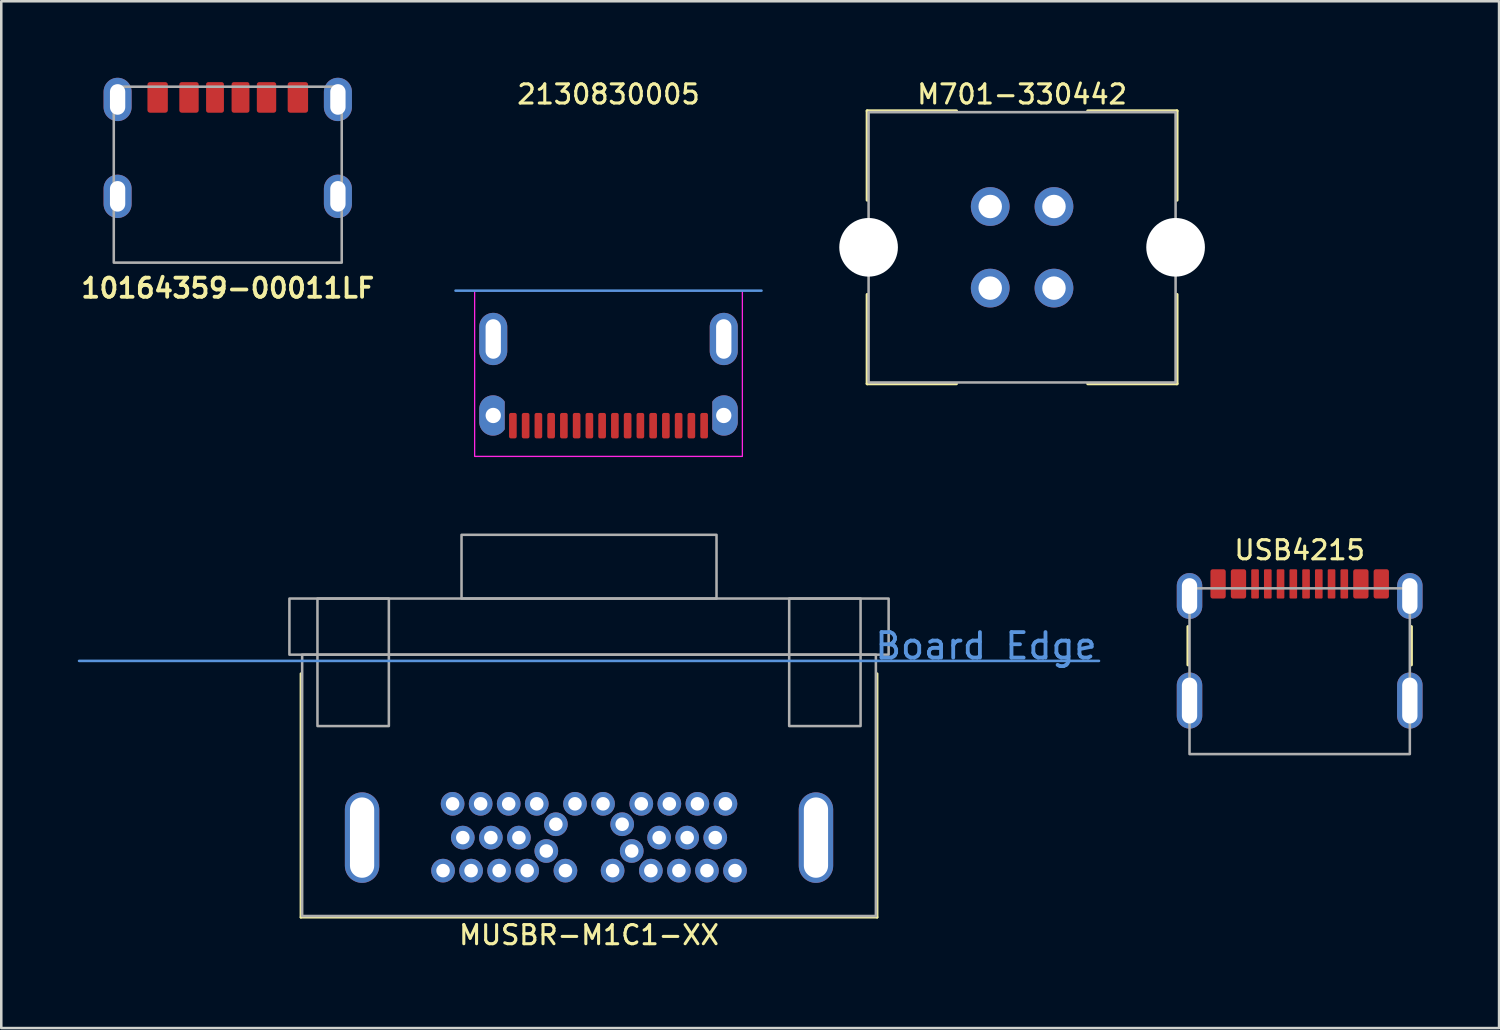
<source format=kicad_pcb>
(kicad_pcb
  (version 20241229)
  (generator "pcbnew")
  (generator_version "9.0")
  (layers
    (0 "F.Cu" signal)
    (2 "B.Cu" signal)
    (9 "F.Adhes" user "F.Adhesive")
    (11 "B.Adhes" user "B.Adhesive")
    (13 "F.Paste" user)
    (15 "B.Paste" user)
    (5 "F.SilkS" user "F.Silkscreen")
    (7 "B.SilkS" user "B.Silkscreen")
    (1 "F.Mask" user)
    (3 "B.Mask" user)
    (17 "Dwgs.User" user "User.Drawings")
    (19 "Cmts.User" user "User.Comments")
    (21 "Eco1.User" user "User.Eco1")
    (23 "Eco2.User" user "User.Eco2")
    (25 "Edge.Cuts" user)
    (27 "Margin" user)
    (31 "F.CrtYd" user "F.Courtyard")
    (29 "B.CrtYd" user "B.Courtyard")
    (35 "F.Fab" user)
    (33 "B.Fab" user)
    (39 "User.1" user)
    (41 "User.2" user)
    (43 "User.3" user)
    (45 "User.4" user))
  (footprint "USB4215"
    (layer "F.Cu")
    (at 47.92 26.524)
    (property "Reference" "USB4215" (at 0 -8 0) (unlocked yes) (layer "F.SilkS") (effects (font (size 0.75 0.75) (thickness 0.12))))
    (attr smd)
    (fp_line (start -4.38 -5) (end -4.38 -3.5) (stroke (width 0.12) (type solid)) (layer "F.SilkS"))
    (fp_line (start 4.38 -5) (end 4.38 -3.5) (stroke (width 0.12) (type solid)) (layer "F.SilkS"))
    (fp_rect (start -4.32 -6.5) (end 4.32 0) (stroke (width 0.1) (type solid)) (fill no) (layer "F.Fab"))
    (pad "A1" smd roundrect (at -3.2 -6.675) (size 0.6 1.15) (layers "F.Cu" "F.Mask" "F.Paste") (roundrect_rratio 0.15))
    (pad "A4" smd roundrect (at -2.4 -6.675) (size 0.6 1.15) (layers "F.Cu" "F.Mask" "F.Paste") (roundrect_rratio 0.15))
    (pad "A5" smd roundrect (at -1.25 -6.675) (size 0.3 1.15) (layers "F.Cu" "F.Mask" "F.Paste") (roundrect_rratio 0.15))
    (pad "A6" smd roundrect (at -0.25 -6.675) (size 0.3 1.15) (layers "F.Cu" "F.Mask" "F.Paste") (roundrect_rratio 0.15))
    (pad "A7" smd roundrect (at 0.25 -6.675) (size 0.3 1.15) (layers "F.Cu" "F.Mask" "F.Paste") (roundrect_rratio 0.15))
    (pad "A8" smd roundrect (at 1.25 -6.675) (size 0.3 1.15) (layers "F.Cu" "F.Mask" "F.Paste") (roundrect_rratio 0.15))
    (pad "A9" smd roundrect (at 2.4 -6.675) (size 0.6 1.15) (layers "F.Cu" "F.Mask" "F.Paste") (roundrect_rratio 0.15))
    (pad "A12" smd roundrect (at 3.2 -6.675) (size 0.6 1.15) (layers "F.Cu" "F.Mask" "F.Paste") (roundrect_rratio 0.15))
    (pad "B5" smd roundrect (at 1.75 -6.675) (size 0.3 1.15) (layers "F.Cu" "F.Mask" "F.Paste") (roundrect_rratio 0.15))
    (pad "B6" smd roundrect (at 0.75 -6.675) (size 0.3 1.15) (layers "F.Cu" "F.Mask" "F.Paste") (roundrect_rratio 0.15))
    (pad "B7" smd roundrect (at -0.75 -6.675) (size 0.3 1.15) (layers "F.Cu" "F.Mask" "F.Paste") (roundrect_rratio 0.15))
    (pad "B8" smd roundrect (at -1.75 -6.675) (size 0.3 1.15) (layers "F.Cu" "F.Mask" "F.Paste") (roundrect_rratio 0.15))
    (pad "S1" thru_hole oval (at -4.32 -2.1) (size 1 2.2) (drill oval 0.6 1.8) (layers "*.Cu" "*.Mask"))
    (pad "S2" thru_hole oval (at 4.32 -2.1) (size 1 2.2) (drill oval 0.6 1.8) (layers "*.Cu" "*.Mask"))
    (pad "S3" thru_hole oval (at 4.32 -6.2) (size 1 1.8) (drill oval 0.6 1.4) (layers "*.Cu" "*.Mask"))
    (pad "S4" thru_hole oval (at -4.32 -6.2) (size 1 1.8) (drill oval 0.6 1.4) (layers "*.Cu" "*.Mask")))
  (footprint "M701-330442"
    (layer "F.Cu")
    (at 37.034 6.649)
    (property "Reference" "M701-330442" (at 0 -6 0) (unlocked yes) (layer "F.SilkS") (effects (font (size 0.75 0.75) (thickness 0.12))))
    (attr smd)
    (fp_line (start -6.075 -5.35) (end -6.075 -1.85) (stroke (width 0.12) (type solid)) (layer "F.SilkS"))
    (fp_line (start -6.075 -5.35) (end -2.575 -5.35) (stroke (width 0.12) (type solid)) (layer "F.SilkS"))
    (fp_line (start -6.075 5.35) (end -6.075 1.85) (stroke (width 0.12) (type solid)) (layer "F.SilkS"))
    (fp_line (start -6.075 5.35) (end -2.575 5.35) (stroke (width 0.12) (type solid)) (layer "F.SilkS"))
    (fp_line (start 6.075 -5.35) (end 2.575 -5.35) (stroke (width 0.12) (type solid)) (layer "F.SilkS"))
    (fp_line (start 6.075 -5.35) (end 6.075 -1.85) (stroke (width 0.12) (type solid)) (layer "F.SilkS"))
    (fp_line (start 6.075 5.35) (end 2.575 5.35) (stroke (width 0.12) (type solid)) (layer "F.SilkS"))
    (fp_line (start 6.075 5.35) (end 6.075 1.85) (stroke (width 0.12) (type solid)) (layer "F.SilkS"))
    (fp_rect (start -6.02 -5.3) (end 6.02 5.3) (stroke (width 0.1) (type solid)) (fill no) (layer "F.Fab"))
    (pad "" np_thru_hole circle (at -6.02 0) (size 2.3 2.3) (drill 2.3) (layers "*.Cu" "*.Mask"))
    (pad "" np_thru_hole circle (at 6.02 0) (size 2.3 2.3) (drill 2.3) (layers "*.Cu" "*.Mask"))
    (pad "1" thru_hole circle (at 1.25 -1.6) (size 1.52 1.52) (drill 0.92) (layers "*.Cu" "*.Mask"))
    (pad "2" thru_hole circle (at -1.25 -1.6) (size 1.52 1.52) (drill 0.92) (layers "*.Cu" "*.Mask"))
    (pad "3" thru_hole circle (at -1.25 1.6) (size 1.52 1.52) (drill 0.92) (layers "*.Cu" "*.Mask"))
    (pad "4" thru_hole circle (at 1.25 1.6) (size 1.52 1.52) (drill 0.92) (layers "*.Cu" "*.Mask")))
  (footprint "MUSBR-M1C1-XX"
    (layer "F.Cu")
    (at 20.05 22.869)
    (property "Reference" "MUSBR-M1C1-XX" (at 0 10.75 0) (unlocked yes) (layer "F.SilkS") (effects (font (size 0.75 0.75) (thickness 0.12))))
    (attr through_hole)
    (fp_line (start -11.3 0.5) (end -11.3 10.055) (stroke (width 0.1) (type default)) (layer "F.SilkS"))
    (fp_line (start -11.3 10.055) (end 11.3 10.055) (stroke (width 0.1) (type default)) (layer "F.SilkS"))
    (fp_line (start 11.3 0.5) (end 11.3 10.055) (stroke (width 0.1) (type default)) (layer "F.SilkS"))
    (fp_line (start 20 0) (end -20 0) (stroke (width 0.1) (type default)) (layer "Cmts.User"))
    (fp_rect (start -11.75 -2.445) (end 11.75 -0.245) (stroke (width 0.1) (type default)) (fill no) (layer "F.Fab"))
    (fp_rect (start -11.25 -0.245) (end 11.25 10.005) (stroke (width 0.1) (type default)) (fill no) (layer "F.Fab"))
    (fp_rect (start -10.65 -2.445) (end -7.85 2.555) (stroke (width 0.1) (type default)) (fill no) (layer "F.Fab"))
    (fp_rect (start -5 -4.945) (end 5 -2.445) (stroke (width 0.1) (type default)) (fill no) (layer "F.Fab"))
    (fp_rect (start 7.85 -2.445) (end 10.65 2.555) (stroke (width 0.1) (type default)) (fill no) (layer "F.Fab"))
    (fp_text user "Board Edge" (at 20 0 0) (unlocked yes) (layer "Cmts.User") (effects (font (size 1 1) (thickness 0.15)) (justify right bottom)))
    (pad "A1" thru_hole circle (at 5.725 8.225 180) (size 0.93 0.93) (drill 0.53) (layers "*.Cu" "*.Mask"))
    (pad "A2" thru_hole circle (at 4.625 8.225 180) (size 0.93 0.93) (drill 0.53) (layers "*.Cu" "*.Mask"))
    (pad "A3" thru_hole circle (at 3.525 8.225 180) (size 0.93 0.93) (drill 0.53) (layers "*.Cu" "*.Mask"))
    (pad "A4" thru_hole circle (at 2.425 8.225 180) (size 0.93 0.93) (drill 0.53) (layers "*.Cu" "*.Mask"))
    (pad "A5" thru_hole circle (at 1.675 7.455 180) (size 0.93 0.93) (drill 0.53) (layers "*.Cu" "*.Mask"))
    (pad "A6" thru_hole circle (at 0.925 8.225 180) (size 0.93 0.93) (drill 0.53) (layers "*.Cu" "*.Mask"))
    (pad "A7" thru_hole circle (at -0.925 8.225 180) (size 0.93 0.93) (drill 0.53) (layers "*.Cu" "*.Mask"))
    (pad "A8" thru_hole circle (at -1.675 7.455 180) (size 0.93 0.93) (drill 0.53) (layers "*.Cu" "*.Mask"))
    (pad "A9" thru_hole circle (at -2.425 8.225 180) (size 0.93 0.93) (drill 0.53) (layers "*.Cu" "*.Mask"))
    (pad "A10" thru_hole circle (at -3.525 8.225 180) (size 0.93 0.93) (drill 0.53) (layers "*.Cu" "*.Mask"))
    (pad "A11" thru_hole circle (at -4.625 8.225 180) (size 0.93 0.93) (drill 0.53) (layers "*.Cu" "*.Mask"))
    (pad "A12" thru_hole circle (at -5.725 8.225 180) (size 0.93 0.93) (drill 0.53) (layers "*.Cu" "*.Mask"))
    (pad "B1" thru_hole circle (at -5.35 5.605 180) (size 0.93 0.93) (drill 0.53) (layers "*.Cu" "*.Mask"))
    (pad "B2" thru_hole circle (at -4.25 5.605 180) (size 0.93 0.93) (drill 0.53) (layers "*.Cu" "*.Mask"))
    (pad "B3" thru_hole circle (at -3.15 5.605 180) (size 0.93 0.93) (drill 0.53) (layers "*.Cu" "*.Mask"))
    (pad "B4" thru_hole circle (at -2.05 5.605 180) (size 0.93 0.93) (drill 0.53) (layers "*.Cu" "*.Mask"))
    (pad "B5" thru_hole circle (at -1.3 6.405 180) (size 0.93 0.93) (drill 0.53) (layers "*.Cu" "*.Mask"))
    (pad "B6" thru_hole circle (at -0.55 5.605 180) (size 0.93 0.93) (drill 0.53) (layers "*.Cu" "*.Mask"))
    (pad "B7" thru_hole circle (at 0.55 5.605 180) (size 0.93 0.93) (drill 0.53) (layers "*.Cu" "*.Mask"))
    (pad "B8" thru_hole circle (at 1.3 6.405 180) (size 0.93 0.93) (drill 0.53) (layers "*.Cu" "*.Mask"))
    (pad "B9" thru_hole circle (at 2.05 5.605 180) (size 0.93 0.93) (drill 0.53) (layers "*.Cu" "*.Mask"))
    (pad "B10" thru_hole circle (at 3.15 5.605 180) (size 0.93 0.93) (drill 0.53) (layers "*.Cu" "*.Mask"))
    (pad "B11" thru_hole circle (at 4.25 5.605 180) (size 0.93 0.93) (drill 0.53) (layers "*.Cu" "*.Mask"))
    (pad "B12" thru_hole circle (at 5.35 5.605 180) (size 0.93 0.93) (drill 0.53) (layers "*.Cu" "*.Mask"))
    (pad "G1" thru_hole circle (at 4.95 6.93 180) (size 0.93 0.93) (drill 0.53) (layers "*.Cu" "*.Mask"))
    (pad "G2" thru_hole circle (at 3.85 6.93 180) (size 0.93 0.93) (drill 0.53) (layers "*.Cu" "*.Mask"))
    (pad "G3" thru_hole circle (at 2.75 6.93 180) (size 0.93 0.93) (drill 0.53) (layers "*.Cu" "*.Mask"))
    (pad "G4" thru_hole circle (at -2.75 6.93 180) (size 0.93 0.93) (drill 0.53) (layers "*.Cu" "*.Mask"))
    (pad "G5" thru_hole circle (at -3.85 6.93 180) (size 0.93 0.93) (drill 0.53) (layers "*.Cu" "*.Mask"))
    (pad "G6" thru_hole circle (at -4.95 6.93 180) (size 0.93 0.93) (drill 0.53) (layers "*.Cu" "*.Mask"))
    (pad "S1" thru_hole oval (at -8.9 6.93 180) (size 1.35 3.55) (drill oval 0.95 3.15) (layers "*.Cu" "*.Mask"))
    (pad "S2" thru_hole oval (at 8.9 6.93 180) (size 1.35 3.55) (drill oval 0.95 3.15) (layers "*.Cu" "*.Mask")))
  (footprint "10164359-00011LF"
    (layer "F.Cu")
    (at 5.882 7.25)
    (property "Reference" "10164359-00011LF" (at 0 1 0) (unlocked yes) (layer "F.SilkS") (effects (font (size 0.75 0.75) (thickness 0.15))))
    (attr smd)
    (fp_rect (start -4.47 -6.9) (end 4.47 0) (stroke (width 0.1) (type solid)) (fill no) (layer "F.Fab"))
    (pad "A5" smd roundrect (at -0.5 -6.48) (size 0.7 1.2) (layers "F.Cu" "F.Mask" "F.Paste") (roundrect_rratio 0.125))
    (pad "A9" smd roundrect (at 1.52 -6.48) (size 0.76 1.2) (layers "F.Cu" "F.Mask" "F.Paste") (roundrect_rratio 0.125))
    (pad "A12" smd roundrect (at 2.75 -6.48) (size 0.8 1.2) (layers "F.Cu" "F.Mask" "F.Paste") (roundrect_rratio 0.125))
    (pad "B5" smd roundrect (at 0.5 -6.48) (size 0.7 1.2) (layers "F.Cu" "F.Mask" "F.Paste") (roundrect_rratio 0.125))
    (pad "B9" smd roundrect (at -1.52 -6.48) (size 0.76 1.2) (layers "F.Cu" "F.Mask" "F.Paste") (roundrect_rratio 0.125))
    (pad "B12" smd roundrect (at -2.75 -6.48) (size 0.8 1.2) (layers "F.Cu" "F.Mask" "F.Paste") (roundrect_rratio 0.125))
    (pad "S1" thru_hole oval (at -4.32 -6.4) (size 1.1 1.7) (drill oval 0.6 1.2) (layers "*.Cu" "*.Mask"))
    (pad "S2" thru_hole oval (at 4.32 -6.4) (size 1.1 1.7) (drill oval 0.6 1.2) (layers "*.Cu" "*.Mask"))
    (pad "S3" thru_hole oval (at 4.32 -2.6) (size 1.1 1.7) (drill oval 0.6 1.2) (layers "*.Cu" "*.Mask"))
    (pad "S4" thru_hole oval (at -4.32 -2.6) (size 1.1 1.7) (drill oval 0.6 1.2) (layers "*.Cu" "*.Mask")))
  (footprint "2130830005"
    (layer "F.Cu")
    (at 20.814 8.349)
    (property "Reference" "2130830005" (at 0 -7.7 0) (unlocked yes) (layer "F.SilkS") (effects (font (size 0.75 0.75) (thickness 0.12))))
    (attr smd)
    (fp_line (start -6 0) (end 6 0) (stroke (width 0.1) (type default)) (layer "Cmts.User"))
    (fp_rect (start -5.25 0) (end 5.25 6.5) (stroke (width 0.05) (type default)) (fill no) (layer "F.CrtYd"))
    (pad "A1" smd roundrect (at 3.75 5.295) (size 0.3 1) (layers "F.Cu" "F.Mask" "F.Paste") (roundrect_rratio 0.25))
    (pad "A4" smd roundrect (at 2.75 5.295) (size 0.3 1) (layers "F.Cu" "F.Mask" "F.Paste") (roundrect_rratio 0.25))
    (pad "A5" smd roundrect (at 1.75 5.295) (size 0.3 1) (layers "F.Cu" "F.Mask" "F.Paste") (roundrect_rratio 0.25))
    (pad "A6" smd roundrect (at 0.75 5.295) (size 0.3 1) (layers "F.Cu" "F.Mask" "F.Paste") (roundrect_rratio 0.25))
    (pad "A7" smd roundrect (at -0.75 5.295) (size 0.3 1) (layers "F.Cu" "F.Mask" "F.Paste") (roundrect_rratio 0.25))
    (pad "A8" smd roundrect (at -1.75 5.295) (size 0.3 1) (layers "F.Cu" "F.Mask" "F.Paste") (roundrect_rratio 0.25))
    (pad "A9" smd roundrect (at -2.75 5.295) (size 0.3 1) (layers "F.Cu" "F.Mask" "F.Paste") (roundrect_rratio 0.25))
    (pad "A12" smd roundrect (at -3.75 5.295) (size 0.3 1) (layers "F.Cu" "F.Mask" "F.Paste") (roundrect_rratio 0.25))
    (pad "B1" smd roundrect (at -3.25 5.295) (size 0.3 1) (layers "F.Cu" "F.Mask" "F.Paste") (roundrect_rratio 0.25))
    (pad "B4" smd roundrect (at -2.25 5.295) (size 0.3 1) (layers "F.Cu" "F.Mask" "F.Paste") (roundrect_rratio 0.25))
    (pad "B5" smd roundrect (at -1.25 5.295) (size 0.3 1) (layers "F.Cu" "F.Mask" "F.Paste") (roundrect_rratio 0.25))
    (pad "B6" smd roundrect (at -0.25 5.295) (size 0.3 1) (layers "F.Cu" "F.Mask" "F.Paste") (roundrect_rratio 0.25))
    (pad "B7" smd roundrect (at 0.25 5.295) (size 0.3 1) (layers "F.Cu" "F.Mask" "F.Paste") (roundrect_rratio 0.25))
    (pad "B8" smd roundrect (at 1.25 5.295) (size 0.3 1) (layers "F.Cu" "F.Mask" "F.Paste") (roundrect_rratio 0.25))
    (pad "B9" smd roundrect (at 2.25 5.295) (size 0.3 1) (layers "F.Cu" "F.Mask" "F.Paste") (roundrect_rratio 0.25))
    (pad "B12" smd roundrect (at 3.25 5.295) (size 0.3 1) (layers "F.Cu" "F.Mask" "F.Paste") (roundrect_rratio 0.25))
    (pad "S1" thru_hole custom (at -4.52 4.895) (size 0.6 0.6) (drill oval 0.6 1.15) (layers "*.Cu" "*.Mask") (options (anchor circle)) (primitives (gr_poly (pts (arc (start 0.45 -0.54) (mid -0.148986 -0.771616) (end -0.55 -0.27)) (arc (start -0.55 0.27) (mid -0.148986 0.771616) (end 0.45 0.54))) (width 0) (fill yes))))
    (pad "S1" thru_hole custom (at 4.52 4.895) (size 0.6 0.6) (drill oval 0.6 1.15) (layers "*.Cu" "*.Mask") (options (anchor circle)) (primitives (gr_poly (pts (arc (start -0.45 -0.54) (mid 0.148986 -0.771616) (end 0.55 -0.27)) (arc (start 0.55 0.27) (mid 0.148986 0.771616) (end -0.45 0.54))) (width 0) (fill yes))))
    (pad "S2" thru_hole oval (at -4.52 1.895) (size 1.1 2.05) (drill oval 0.6 1.55) (layers "*.Cu" "*.Mask"))
    (pad "S2" thru_hole oval (at 4.52 1.895) (size 1.1 2.05) (drill oval 0.6 1.55) (layers "*.Cu" "*.Mask"))
    (zone (net_name "") (layer "F.Cu") (name "USB Keepout") (hatch edge 0.5) (connect_pads) (min_thickness 0.25) (filled_areas_thickness no) (keepout (tracks not_allowed) (vias allowed) (pads not_allowed) (copperpour allowed) (footprints allowed)) (placement (enabled no)) (fill) (polygon (pts (xy 17.114 8.349) (xy 17.114 12.849) (xy 24.514 12.849) (xy 24.514 8.349)))))
  (gr_rect
    (start -3 -3)
    (end 55.74 37.269)
    (stroke (width 0.1) (type default))
    (fill no)
    (layer "Edge.Cuts")))
</source>
